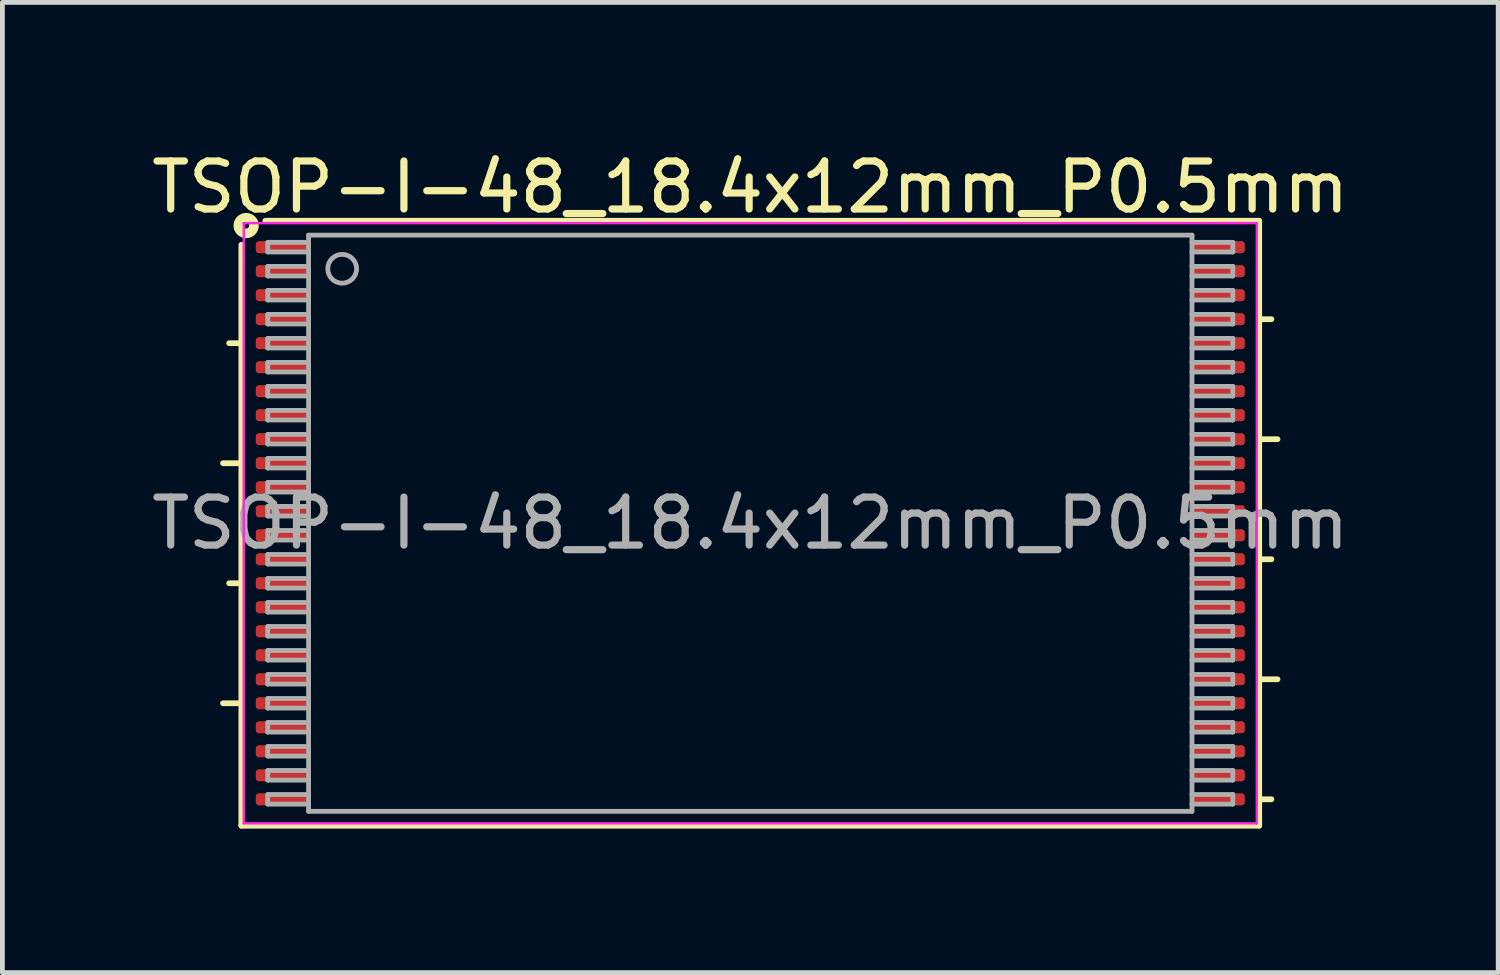
<source format=kicad_pcb>
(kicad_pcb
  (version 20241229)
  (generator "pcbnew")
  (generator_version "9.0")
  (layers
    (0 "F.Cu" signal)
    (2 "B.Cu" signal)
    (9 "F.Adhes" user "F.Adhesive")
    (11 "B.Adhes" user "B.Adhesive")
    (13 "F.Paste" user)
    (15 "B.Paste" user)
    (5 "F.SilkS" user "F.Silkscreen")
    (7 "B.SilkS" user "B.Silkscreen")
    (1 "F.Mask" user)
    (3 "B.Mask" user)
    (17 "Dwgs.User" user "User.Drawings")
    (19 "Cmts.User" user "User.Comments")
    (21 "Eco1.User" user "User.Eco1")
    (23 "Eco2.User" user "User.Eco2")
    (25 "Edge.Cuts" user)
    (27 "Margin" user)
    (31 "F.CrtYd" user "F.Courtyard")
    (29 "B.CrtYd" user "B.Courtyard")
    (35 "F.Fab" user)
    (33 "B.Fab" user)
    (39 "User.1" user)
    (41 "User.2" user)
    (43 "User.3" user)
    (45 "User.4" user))
  (footprint "TSOP-I-48_18.4x12mm_P0.5mm"
    (layer "F.Cu")
    (at 12.577 7.848)
    (property "Reference" "TSOP-I-48_18.4x12mm_P0.5mm" (at 0 -7 0) (layer "F.SilkS") (effects (font (size 1 1) (thickness 0.15))))
    (attr smd)
    (fp_line (start -10.981 -1.25) (end -10.6 -1.25) (stroke (width 0.12) (type solid)) (layer "F.SilkS"))
    (fp_line (start -10.981 3.75) (end -10.6 3.75) (stroke (width 0.12) (type solid)) (layer "F.SilkS"))
    (fp_line (start -10.854 1.25) (end -10.6 1.25) (stroke (width 0.12) (type solid)) (layer "F.SilkS"))
    (fp_line (start -10.6 -5.8) (end -10.6 6.3) (stroke (width 0.12) (type solid)) (layer "F.SilkS"))
    (fp_line (start -10.6 -3.75) (end -10.854 -3.75) (stroke (width 0.12) (type solid)) (layer "F.SilkS"))
    (fp_line (start -10.6 6.3) (end 10.6 6.3) (stroke (width 0.12) (type solid)) (layer "F.SilkS"))
    (fp_line (start 10.6 -6.3) (end -10.1 -6.3) (stroke (width 0.12) (type solid)) (layer "F.SilkS"))
    (fp_line (start 10.6 -4.25) (end 10.854 -4.25) (stroke (width 0.12) (type solid)) (layer "F.SilkS"))
    (fp_line (start 10.6 -1.75) (end 10.981 -1.75) (stroke (width 0.12) (type solid)) (layer "F.SilkS"))
    (fp_line (start 10.6 0.75) (end 10.854 0.75) (stroke (width 0.12) (type solid)) (layer "F.SilkS"))
    (fp_line (start 10.6 3.25) (end 10.981 3.25) (stroke (width 0.12) (type solid)) (layer "F.SilkS"))
    (fp_line (start 10.6 5.75) (end 10.854 5.75) (stroke (width 0.12) (type solid)) (layer "F.SilkS"))
    (fp_line (start 10.6 6.3) (end 10.6 -6.3) (stroke (width 0.12) (type solid)) (layer "F.SilkS"))
    (fp_circle (center -10.5 -6.2) (end -10.437 -6.2) (stroke (width 0.2) (type solid)) (fill no) (layer "F.SilkS"))
    (fp_line (start -10.55 -6.25) (end 10.55 -6.25) (stroke (width 0.05) (type solid)) (layer "F.CrtYd"))
    (fp_line (start -10.55 6.25) (end -10.55 -6.25) (stroke (width 0.05) (type solid)) (layer "F.CrtYd"))
    (fp_line (start 10.55 -6.25) (end 10.55 6.25) (stroke (width 0.05) (type solid)) (layer "F.CrtYd"))
    (fp_line (start 10.55 6.25) (end -10.55 6.25) (stroke (width 0.05) (type solid)) (layer "F.CrtYd"))
    (fp_line (start -10.05 -5.85) (end -10.05 -5.65) (stroke (width 0.1) (type solid)) (layer "F.Fab"))
    (fp_line (start -10.05 -5.85) (end -9.2 -5.85) (stroke (width 0.1) (type solid)) (layer "F.Fab"))
    (fp_line (start -10.05 -5.65) (end -9.2 -5.65) (stroke (width 0.1) (type solid)) (layer "F.Fab"))
    (fp_line (start -10.05 -5.35) (end -10.05 -5.15) (stroke (width 0.1) (type solid)) (layer "F.Fab"))
    (fp_line (start -10.05 -5.35) (end -9.2 -5.35) (stroke (width 0.1) (type solid)) (layer "F.Fab"))
    (fp_line (start -10.05 -5.15) (end -9.2 -5.15) (stroke (width 0.1) (type solid)) (layer "F.Fab"))
    (fp_line (start -10.05 -4.85) (end -10.05 -4.65) (stroke (width 0.1) (type solid)) (layer "F.Fab"))
    (fp_line (start -10.05 -4.85) (end -9.2 -4.85) (stroke (width 0.1) (type solid)) (layer "F.Fab"))
    (fp_line (start -10.05 -4.65) (end -9.2 -4.65) (stroke (width 0.1) (type solid)) (layer "F.Fab"))
    (fp_line (start -10.05 -4.35) (end -10.05 -4.15) (stroke (width 0.1) (type solid)) (layer "F.Fab"))
    (fp_line (start -10.05 -4.35) (end -9.2 -4.35) (stroke (width 0.1) (type solid)) (layer "F.Fab"))
    (fp_line (start -10.05 -4.15) (end -9.2 -4.15) (stroke (width 0.1) (type solid)) (layer "F.Fab"))
    (fp_line (start -10.05 -3.85) (end -10.05 -3.65) (stroke (width 0.1) (type solid)) (layer "F.Fab"))
    (fp_line (start -10.05 -3.85) (end -9.2 -3.85) (stroke (width 0.1) (type solid)) (layer "F.Fab"))
    (fp_line (start -10.05 -3.65) (end -9.2 -3.65) (stroke (width 0.1) (type solid)) (layer "F.Fab"))
    (fp_line (start -10.05 -3.35) (end -10.05 -3.15) (stroke (width 0.1) (type solid)) (layer "F.Fab"))
    (fp_line (start -10.05 -3.35) (end -9.2 -3.35) (stroke (width 0.1) (type solid)) (layer "F.Fab"))
    (fp_line (start -10.05 -3.15) (end -9.2 -3.15) (stroke (width 0.1) (type solid)) (layer "F.Fab"))
    (fp_line (start -10.05 -2.85) (end -10.05 -2.65) (stroke (width 0.1) (type solid)) (layer "F.Fab"))
    (fp_line (start -10.05 -2.85) (end -9.2 -2.85) (stroke (width 0.1) (type solid)) (layer "F.Fab"))
    (fp_line (start -10.05 -2.65) (end -9.2 -2.65) (stroke (width 0.1) (type solid)) (layer "F.Fab"))
    (fp_line (start -10.05 -2.35) (end -10.05 -2.15) (stroke (width 0.1) (type solid)) (layer "F.Fab"))
    (fp_line (start -10.05 -2.35) (end -9.2 -2.35) (stroke (width 0.1) (type solid)) (layer "F.Fab"))
    (fp_line (start -10.05 -2.15) (end -9.2 -2.15) (stroke (width 0.1) (type solid)) (layer "F.Fab"))
    (fp_line (start -10.05 -1.85) (end -10.05 -1.65) (stroke (width 0.1) (type solid)) (layer "F.Fab"))
    (fp_line (start -10.05 -1.85) (end -9.2 -1.85) (stroke (width 0.1) (type solid)) (layer "F.Fab"))
    (fp_line (start -10.05 -1.65) (end -9.2 -1.65) (stroke (width 0.1) (type solid)) (layer "F.Fab"))
    (fp_line (start -10.05 -1.35) (end -10.05 -1.15) (stroke (width 0.1) (type solid)) (layer "F.Fab"))
    (fp_line (start -10.05 -1.35) (end -9.2 -1.35) (stroke (width 0.1) (type solid)) (layer "F.Fab"))
    (fp_line (start -10.05 -1.15) (end -9.2 -1.15) (stroke (width 0.1) (type solid)) (layer "F.Fab"))
    (fp_line (start -10.05 -0.85) (end -10.05 -0.65) (stroke (width 0.1) (type solid)) (layer "F.Fab"))
    (fp_line (start -10.05 -0.85) (end -9.2 -0.85) (stroke (width 0.1) (type solid)) (layer "F.Fab"))
    (fp_line (start -10.05 -0.65) (end -9.2 -0.65) (stroke (width 0.1) (type solid)) (layer "F.Fab"))
    (fp_line (start -10.05 -0.35) (end -10.05 -0.15) (stroke (width 0.1) (type solid)) (layer "F.Fab"))
    (fp_line (start -10.05 -0.35) (end -9.2 -0.35) (stroke (width 0.1) (type solid)) (layer "F.Fab"))
    (fp_line (start -10.05 -0.15) (end -9.2 -0.15) (stroke (width 0.1) (type solid)) (layer "F.Fab"))
    (fp_line (start -10.05 0.15) (end -10.05 0.35) (stroke (width 0.1) (type solid)) (layer "F.Fab"))
    (fp_line (start -10.05 0.15) (end -9.2 0.15) (stroke (width 0.1) (type solid)) (layer "F.Fab"))
    (fp_line (start -10.05 0.35) (end -9.2 0.35) (stroke (width 0.1) (type solid)) (layer "F.Fab"))
    (fp_line (start -10.05 0.65) (end -10.05 0.85) (stroke (width 0.1) (type solid)) (layer "F.Fab"))
    (fp_line (start -10.05 0.65) (end -9.2 0.65) (stroke (width 0.1) (type solid)) (layer "F.Fab"))
    (fp_line (start -10.05 0.85) (end -9.2 0.85) (stroke (width 0.1) (type solid)) (layer "F.Fab"))
    (fp_line (start -10.05 1.15) (end -10.05 1.35) (stroke (width 0.1) (type solid)) (layer "F.Fab"))
    (fp_line (start -10.05 1.15) (end -9.2 1.15) (stroke (width 0.1) (type solid)) (layer "F.Fab"))
    (fp_line (start -10.05 1.35) (end -9.2 1.35) (stroke (width 0.1) (type solid)) (layer "F.Fab"))
    (fp_line (start -10.05 1.65) (end -10.05 1.85) (stroke (width 0.1) (type solid)) (layer "F.Fab"))
    (fp_line (start -10.05 1.65) (end -9.2 1.65) (stroke (width 0.1) (type solid)) (layer "F.Fab"))
    (fp_line (start -10.05 1.85) (end -9.2 1.85) (stroke (width 0.1) (type solid)) (layer "F.Fab"))
    (fp_line (start -10.05 2.15) (end -10.05 2.35) (stroke (width 0.1) (type solid)) (layer "F.Fab"))
    (fp_line (start -10.05 2.15) (end -9.2 2.15) (stroke (width 0.1) (type solid)) (layer "F.Fab"))
    (fp_line (start -10.05 2.35) (end -9.2 2.35) (stroke (width 0.1) (type solid)) (layer "F.Fab"))
    (fp_line (start -10.05 2.65) (end -10.05 2.85) (stroke (width 0.1) (type solid)) (layer "F.Fab"))
    (fp_line (start -10.05 2.65) (end -9.2 2.65) (stroke (width 0.1) (type solid)) (layer "F.Fab"))
    (fp_line (start -10.05 2.85) (end -9.2 2.85) (stroke (width 0.1) (type solid)) (layer "F.Fab"))
    (fp_line (start -10.05 3.15) (end -10.05 3.35) (stroke (width 0.1) (type solid)) (layer "F.Fab"))
    (fp_line (start -10.05 3.15) (end -9.2 3.15) (stroke (width 0.1) (type solid)) (layer "F.Fab"))
    (fp_line (start -10.05 3.35) (end -9.2 3.35) (stroke (width 0.1) (type solid)) (layer "F.Fab"))
    (fp_line (start -10.05 3.65) (end -10.05 3.85) (stroke (width 0.1) (type solid)) (layer "F.Fab"))
    (fp_line (start -10.05 3.65) (end -9.2 3.65) (stroke (width 0.1) (type solid)) (layer "F.Fab"))
    (fp_line (start -10.05 3.85) (end -9.2 3.85) (stroke (width 0.1) (type solid)) (layer "F.Fab"))
    (fp_line (start -10.05 4.15) (end -10.05 4.35) (stroke (width 0.1) (type solid)) (layer "F.Fab"))
    (fp_line (start -10.05 4.15) (end -9.2 4.15) (stroke (width 0.1) (type solid)) (layer "F.Fab"))
    (fp_line (start -10.05 4.35) (end -9.2 4.35) (stroke (width 0.1) (type solid)) (layer "F.Fab"))
    (fp_line (start -10.05 4.65) (end -10.05 4.85) (stroke (width 0.1) (type solid)) (layer "F.Fab"))
    (fp_line (start -10.05 4.65) (end -9.2 4.65) (stroke (width 0.1) (type solid)) (layer "F.Fab"))
    (fp_line (start -10.05 4.85) (end -9.2 4.85) (stroke (width 0.1) (type solid)) (layer "F.Fab"))
    (fp_line (start -10.05 5.15) (end -10.05 5.35) (stroke (width 0.1) (type solid)) (layer "F.Fab"))
    (fp_line (start -10.05 5.15) (end -9.2 5.15) (stroke (width 0.1) (type solid)) (layer "F.Fab"))
    (fp_line (start -10.05 5.35) (end -9.2 5.35) (stroke (width 0.1) (type solid)) (layer "F.Fab"))
    (fp_line (start -10.05 5.65) (end -10.05 5.85) (stroke (width 0.1) (type solid)) (layer "F.Fab"))
    (fp_line (start -10.05 5.65) (end -9.2 5.65) (stroke (width 0.1) (type solid)) (layer "F.Fab"))
    (fp_line (start -10.05 5.85) (end -9.2 5.85) (stroke (width 0.1) (type solid)) (layer "F.Fab"))
    (fp_line (start -9.2 -6) (end 9.2 -6) (stroke (width 0.1) (type solid)) (layer "F.Fab"))
    (fp_line (start -9.2 6) (end -9.2 -6) (stroke (width 0.1) (type solid)) (layer "F.Fab"))
    (fp_line (start 9.2 -6) (end 9.2 6) (stroke (width 0.1) (type solid)) (layer "F.Fab"))
    (fp_line (start 9.2 6) (end -9.2 6) (stroke (width 0.1) (type solid)) (layer "F.Fab"))
    (fp_line (start 10.05 -5.85) (end 9.2 -5.85) (stroke (width 0.1) (type solid)) (layer "F.Fab"))
    (fp_line (start 10.05 -5.65) (end 9.2 -5.65) (stroke (width 0.1) (type solid)) (layer "F.Fab"))
    (fp_line (start 10.05 -5.65) (end 10.05 -5.85) (stroke (width 0.1) (type solid)) (layer "F.Fab"))
    (fp_line (start 10.05 -5.35) (end 9.2 -5.35) (stroke (width 0.1) (type solid)) (layer "F.Fab"))
    (fp_line (start 10.05 -5.15) (end 9.2 -5.15) (stroke (width 0.1) (type solid)) (layer "F.Fab"))
    (fp_line (start 10.05 -5.15) (end 10.05 -5.35) (stroke (width 0.1) (type solid)) (layer "F.Fab"))
    (fp_line (start 10.05 -4.85) (end 9.2 -4.85) (stroke (width 0.1) (type solid)) (layer "F.Fab"))
    (fp_line (start 10.05 -4.65) (end 9.2 -4.65) (stroke (width 0.1) (type solid)) (layer "F.Fab"))
    (fp_line (start 10.05 -4.65) (end 10.05 -4.85) (stroke (width 0.1) (type solid)) (layer "F.Fab"))
    (fp_line (start 10.05 -4.35) (end 9.2 -4.35) (stroke (width 0.1) (type solid)) (layer "F.Fab"))
    (fp_line (start 10.05 -4.15) (end 9.2 -4.15) (stroke (width 0.1) (type solid)) (layer "F.Fab"))
    (fp_line (start 10.05 -4.15) (end 10.05 -4.35) (stroke (width 0.1) (type solid)) (layer "F.Fab"))
    (fp_line (start 10.05 -3.85) (end 9.2 -3.85) (stroke (width 0.1) (type solid)) (layer "F.Fab"))
    (fp_line (start 10.05 -3.65) (end 9.2 -3.65) (stroke (width 0.1) (type solid)) (layer "F.Fab"))
    (fp_line (start 10.05 -3.65) (end 10.05 -3.85) (stroke (width 0.1) (type solid)) (layer "F.Fab"))
    (fp_line (start 10.05 -3.35) (end 9.2 -3.35) (stroke (width 0.1) (type solid)) (layer "F.Fab"))
    (fp_line (start 10.05 -3.15) (end 9.2 -3.15) (stroke (width 0.1) (type solid)) (layer "F.Fab"))
    (fp_line (start 10.05 -3.15) (end 10.05 -3.35) (stroke (width 0.1) (type solid)) (layer "F.Fab"))
    (fp_line (start 10.05 -2.85) (end 9.2 -2.85) (stroke (width 0.1) (type solid)) (layer "F.Fab"))
    (fp_line (start 10.05 -2.65) (end 9.2 -2.65) (stroke (width 0.1) (type solid)) (layer "F.Fab"))
    (fp_line (start 10.05 -2.65) (end 10.05 -2.85) (stroke (width 0.1) (type solid)) (layer "F.Fab"))
    (fp_line (start 10.05 -2.35) (end 9.2 -2.35) (stroke (width 0.1) (type solid)) (layer "F.Fab"))
    (fp_line (start 10.05 -2.15) (end 9.2 -2.15) (stroke (width 0.1) (type solid)) (layer "F.Fab"))
    (fp_line (start 10.05 -2.15) (end 10.05 -2.35) (stroke (width 0.1) (type solid)) (layer "F.Fab"))
    (fp_line (start 10.05 -1.85) (end 9.2 -1.85) (stroke (width 0.1) (type solid)) (layer "F.Fab"))
    (fp_line (start 10.05 -1.65) (end 9.2 -1.65) (stroke (width 0.1) (type solid)) (layer "F.Fab"))
    (fp_line (start 10.05 -1.65) (end 10.05 -1.85) (stroke (width 0.1) (type solid)) (layer "F.Fab"))
    (fp_line (start 10.05 -1.35) (end 9.2 -1.35) (stroke (width 0.1) (type solid)) (layer "F.Fab"))
    (fp_line (start 10.05 -1.15) (end 9.2 -1.15) (stroke (width 0.1) (type solid)) (layer "F.Fab"))
    (fp_line (start 10.05 -1.15) (end 10.05 -1.35) (stroke (width 0.1) (type solid)) (layer "F.Fab"))
    (fp_line (start 10.05 -0.85) (end 9.2 -0.85) (stroke (width 0.1) (type solid)) (layer "F.Fab"))
    (fp_line (start 10.05 -0.65) (end 9.2 -0.65) (stroke (width 0.1) (type solid)) (layer "F.Fab"))
    (fp_line (start 10.05 -0.65) (end 10.05 -0.85) (stroke (width 0.1) (type solid)) (layer "F.Fab"))
    (fp_line (start 10.05 -0.35) (end 9.2 -0.35) (stroke (width 0.1) (type solid)) (layer "F.Fab"))
    (fp_line (start 10.05 -0.15) (end 9.2 -0.15) (stroke (width 0.1) (type solid)) (layer "F.Fab"))
    (fp_line (start 10.05 -0.15) (end 10.05 -0.35) (stroke (width 0.1) (type solid)) (layer "F.Fab"))
    (fp_line (start 10.05 0.15) (end 9.2 0.15) (stroke (width 0.1) (type solid)) (layer "F.Fab"))
    (fp_line (start 10.05 0.35) (end 9.2 0.35) (stroke (width 0.1) (type solid)) (layer "F.Fab"))
    (fp_line (start 10.05 0.35) (end 10.05 0.15) (stroke (width 0.1) (type solid)) (layer "F.Fab"))
    (fp_line (start 10.05 0.65) (end 9.2 0.65) (stroke (width 0.1) (type solid)) (layer "F.Fab"))
    (fp_line (start 10.05 0.85) (end 9.2 0.85) (stroke (width 0.1) (type solid)) (layer "F.Fab"))
    (fp_line (start 10.05 0.85) (end 10.05 0.65) (stroke (width 0.1) (type solid)) (layer "F.Fab"))
    (fp_line (start 10.05 1.15) (end 9.2 1.15) (stroke (width 0.1) (type solid)) (layer "F.Fab"))
    (fp_line (start 10.05 1.35) (end 9.2 1.35) (stroke (width 0.1) (type solid)) (layer "F.Fab"))
    (fp_line (start 10.05 1.35) (end 10.05 1.15) (stroke (width 0.1) (type solid)) (layer "F.Fab"))
    (fp_line (start 10.05 1.65) (end 9.2 1.65) (stroke (width 0.1) (type solid)) (layer "F.Fab"))
    (fp_line (start 10.05 1.85) (end 9.2 1.85) (stroke (width 0.1) (type solid)) (layer "F.Fab"))
    (fp_line (start 10.05 1.85) (end 10.05 1.65) (stroke (width 0.1) (type solid)) (layer "F.Fab"))
    (fp_line (start 10.05 2.15) (end 9.2 2.15) (stroke (width 0.1) (type solid)) (layer "F.Fab"))
    (fp_line (start 10.05 2.35) (end 9.2 2.35) (stroke (width 0.1) (type solid)) (layer "F.Fab"))
    (fp_line (start 10.05 2.35) (end 10.05 2.15) (stroke (width 0.1) (type solid)) (layer "F.Fab"))
    (fp_line (start 10.05 2.65) (end 9.2 2.65) (stroke (width 0.1) (type solid)) (layer "F.Fab"))
    (fp_line (start 10.05 2.85) (end 9.2 2.85) (stroke (width 0.1) (type solid)) (layer "F.Fab"))
    (fp_line (start 10.05 2.85) (end 10.05 2.65) (stroke (width 0.1) (type solid)) (layer "F.Fab"))
    (fp_line (start 10.05 3.15) (end 9.2 3.15) (stroke (width 0.1) (type solid)) (layer "F.Fab"))
    (fp_line (start 10.05 3.35) (end 9.2 3.35) (stroke (width 0.1) (type solid)) (layer "F.Fab"))
    (fp_line (start 10.05 3.35) (end 10.05 3.15) (stroke (width 0.1) (type solid)) (layer "F.Fab"))
    (fp_line (start 10.05 3.65) (end 9.2 3.65) (stroke (width 0.1) (type solid)) (layer "F.Fab"))
    (fp_line (start 10.05 3.85) (end 9.2 3.85) (stroke (width 0.1) (type solid)) (layer "F.Fab"))
    (fp_line (start 10.05 3.85) (end 10.05 3.65) (stroke (width 0.1) (type solid)) (layer "F.Fab"))
    (fp_line (start 10.05 4.15) (end 9.2 4.15) (stroke (width 0.1) (type solid)) (layer "F.Fab"))
    (fp_line (start 10.05 4.35) (end 9.2 4.35) (stroke (width 0.1) (type solid)) (layer "F.Fab"))
    (fp_line (start 10.05 4.35) (end 10.05 4.15) (stroke (width 0.1) (type solid)) (layer "F.Fab"))
    (fp_line (start 10.05 4.65) (end 9.2 4.65) (stroke (width 0.1) (type solid)) (layer "F.Fab"))
    (fp_line (start 10.05 4.85) (end 9.2 4.85) (stroke (width 0.1) (type solid)) (layer "F.Fab"))
    (fp_line (start 10.05 4.85) (end 10.05 4.65) (stroke (width 0.1) (type solid)) (layer "F.Fab"))
    (fp_line (start 10.05 5.15) (end 9.2 5.15) (stroke (width 0.1) (type solid)) (layer "F.Fab"))
    (fp_line (start 10.05 5.35) (end 9.2 5.35) (stroke (width 0.1) (type solid)) (layer "F.Fab"))
    (fp_line (start 10.05 5.35) (end 10.05 5.15) (stroke (width 0.1) (type solid)) (layer "F.Fab"))
    (fp_line (start 10.05 5.65) (end 9.2 5.65) (stroke (width 0.1) (type solid)) (layer "F.Fab"))
    (fp_line (start 10.05 5.85) (end 9.2 5.85) (stroke (width 0.1) (type solid)) (layer "F.Fab"))
    (fp_line (start 10.05 5.85) (end 10.05 5.65) (stroke (width 0.1) (type solid)) (layer "F.Fab"))
    (fp_circle (center -8.5 -5.3) (end -8.2 -5.3) (stroke (width 0.1) (type solid)) (fill no) (layer "F.Fab"))
    (fp_text user "${REFERENCE}" (at 0 0 0) (layer "F.Fab") (effects (font (size 1 1) (thickness 0.15))))
    (pad "1" smd roundrect (at -9.75 -5.75) (size 1.1 0.25) (layers "F.Cu" "F.Mask" "F.Paste") (roundrect_rratio 0.25))
    (pad "2" smd roundrect (at -9.75 -5.25) (size 1.1 0.25) (layers "F.Cu" "F.Mask" "F.Paste") (roundrect_rratio 0.25))
    (pad "3" smd roundrect (at -9.75 -4.75) (size 1.1 0.25) (layers "F.Cu" "F.Mask" "F.Paste") (roundrect_rratio 0.25))
    (pad "4" smd roundrect (at -9.75 -4.25) (size 1.1 0.25) (layers "F.Cu" "F.Mask" "F.Paste") (roundrect_rratio 0.25))
    (pad "5" smd roundrect (at -9.75 -3.75) (size 1.1 0.25) (layers "F.Cu" "F.Mask" "F.Paste") (roundrect_rratio 0.25))
    (pad "6" smd roundrect (at -9.75 -3.25) (size 1.1 0.25) (layers "F.Cu" "F.Mask" "F.Paste") (roundrect_rratio 0.25))
    (pad "7" smd roundrect (at -9.75 -2.75) (size 1.1 0.25) (layers "F.Cu" "F.Mask" "F.Paste") (roundrect_rratio 0.25))
    (pad "8" smd roundrect (at -9.75 -2.25) (size 1.1 0.25) (layers "F.Cu" "F.Mask" "F.Paste") (roundrect_rratio 0.25))
    (pad "9" smd roundrect (at -9.75 -1.75) (size 1.1 0.25) (layers "F.Cu" "F.Mask" "F.Paste") (roundrect_rratio 0.25))
    (pad "10" smd roundrect (at -9.75 -1.25) (size 1.1 0.25) (layers "F.Cu" "F.Mask" "F.Paste") (roundrect_rratio 0.25))
    (pad "11" smd roundrect (at -9.75 -0.75) (size 1.1 0.25) (layers "F.Cu" "F.Mask" "F.Paste") (roundrect_rratio 0.25))
    (pad "12" smd roundrect (at -9.75 -0.25) (size 1.1 0.25) (layers "F.Cu" "F.Mask" "F.Paste") (roundrect_rratio 0.25))
    (pad "13" smd roundrect (at -9.75 0.25) (size 1.1 0.25) (layers "F.Cu" "F.Mask" "F.Paste") (roundrect_rratio 0.25))
    (pad "14" smd roundrect (at -9.75 0.75) (size 1.1 0.25) (layers "F.Cu" "F.Mask" "F.Paste") (roundrect_rratio 0.25))
    (pad "15" smd roundrect (at -9.75 1.25) (size 1.1 0.25) (layers "F.Cu" "F.Mask" "F.Paste") (roundrect_rratio 0.25))
    (pad "16" smd roundrect (at -9.75 1.75) (size 1.1 0.25) (layers "F.Cu" "F.Mask" "F.Paste") (roundrect_rratio 0.25))
    (pad "17" smd roundrect (at -9.75 2.25) (size 1.1 0.25) (layers "F.Cu" "F.Mask" "F.Paste") (roundrect_rratio 0.25))
    (pad "18" smd roundrect (at -9.75 2.75) (size 1.1 0.25) (layers "F.Cu" "F.Mask" "F.Paste") (roundrect_rratio 0.25))
    (pad "19" smd roundrect (at -9.75 3.25) (size 1.1 0.25) (layers "F.Cu" "F.Mask" "F.Paste") (roundrect_rratio 0.25))
    (pad "20" smd roundrect (at -9.75 3.75) (size 1.1 0.25) (layers "F.Cu" "F.Mask" "F.Paste") (roundrect_rratio 0.25))
    (pad "21" smd roundrect (at -9.75 4.25) (size 1.1 0.25) (layers "F.Cu" "F.Mask" "F.Paste") (roundrect_rratio 0.25))
    (pad "22" smd roundrect (at -9.75 4.75) (size 1.1 0.25) (layers "F.Cu" "F.Mask" "F.Paste") (roundrect_rratio 0.25))
    (pad "23" smd roundrect (at -9.75 5.25) (size 1.1 0.25) (layers "F.Cu" "F.Mask" "F.Paste") (roundrect_rratio 0.25))
    (pad "24" smd roundrect (at -9.75 5.75) (size 1.1 0.25) (layers "F.Cu" "F.Mask" "F.Paste") (roundrect_rratio 0.25))
    (pad "25" smd roundrect (at 9.75 5.75) (size 1.1 0.25) (layers "F.Cu" "F.Mask" "F.Paste") (roundrect_rratio 0.25))
    (pad "26" smd roundrect (at 9.75 5.25) (size 1.1 0.25) (layers "F.Cu" "F.Mask" "F.Paste") (roundrect_rratio 0.25))
    (pad "27" smd roundrect (at 9.75 4.75) (size 1.1 0.25) (layers "F.Cu" "F.Mask" "F.Paste") (roundrect_rratio 0.25))
    (pad "28" smd roundrect (at 9.75 4.25) (size 1.1 0.25) (layers "F.Cu" "F.Mask" "F.Paste") (roundrect_rratio 0.25))
    (pad "29" smd roundrect (at 9.75 3.75) (size 1.1 0.25) (layers "F.Cu" "F.Mask" "F.Paste") (roundrect_rratio 0.25))
    (pad "30" smd roundrect (at 9.75 3.25) (size 1.1 0.25) (layers "F.Cu" "F.Mask" "F.Paste") (roundrect_rratio 0.25))
    (pad "31" smd roundrect (at 9.75 2.75) (size 1.1 0.25) (layers "F.Cu" "F.Mask" "F.Paste") (roundrect_rratio 0.25))
    (pad "32" smd roundrect (at 9.75 2.25) (size 1.1 0.25) (layers "F.Cu" "F.Mask" "F.Paste") (roundrect_rratio 0.25))
    (pad "33" smd roundrect (at 9.75 1.75) (size 1.1 0.25) (layers "F.Cu" "F.Mask" "F.Paste") (roundrect_rratio 0.25))
    (pad "34" smd roundrect (at 9.75 1.25) (size 1.1 0.25) (layers "F.Cu" "F.Mask" "F.Paste") (roundrect_rratio 0.25))
    (pad "35" smd roundrect (at 9.75 0.75) (size 1.1 0.25) (layers "F.Cu" "F.Mask" "F.Paste") (roundrect_rratio 0.25))
    (pad "36" smd roundrect (at 9.75 0.25) (size 1.1 0.25) (layers "F.Cu" "F.Mask" "F.Paste") (roundrect_rratio 0.25))
    (pad "37" smd roundrect (at 9.75 -0.25) (size 1.1 0.25) (layers "F.Cu" "F.Mask" "F.Paste") (roundrect_rratio 0.25))
    (pad "38" smd roundrect (at 9.75 -0.75) (size 1.1 0.25) (layers "F.Cu" "F.Mask" "F.Paste") (roundrect_rratio 0.25))
    (pad "39" smd roundrect (at 9.75 -1.25) (size 1.1 0.25) (layers "F.Cu" "F.Mask" "F.Paste") (roundrect_rratio 0.25))
    (pad "40" smd roundrect (at 9.75 -1.75) (size 1.1 0.25) (layers "F.Cu" "F.Mask" "F.Paste") (roundrect_rratio 0.25))
    (pad "41" smd roundrect (at 9.75 -2.25) (size 1.1 0.25) (layers "F.Cu" "F.Mask" "F.Paste") (roundrect_rratio 0.25))
    (pad "42" smd roundrect (at 9.75 -2.75) (size 1.1 0.25) (layers "F.Cu" "F.Mask" "F.Paste") (roundrect_rratio 0.25))
    (pad "43" smd roundrect (at 9.75 -3.25) (size 1.1 0.25) (layers "F.Cu" "F.Mask" "F.Paste") (roundrect_rratio 0.25))
    (pad "44" smd roundrect (at 9.75 -3.75) (size 1.1 0.25) (layers "F.Cu" "F.Mask" "F.Paste") (roundrect_rratio 0.25))
    (pad "45" smd roundrect (at 9.75 -4.25) (size 1.1 0.25) (layers "F.Cu" "F.Mask" "F.Paste") (roundrect_rratio 0.25))
    (pad "46" smd roundrect (at 9.75 -4.75) (size 1.1 0.25) (layers "F.Cu" "F.Mask" "F.Paste") (roundrect_rratio 0.25))
    (pad "47" smd roundrect (at 9.75 -5.25) (size 1.1 0.25) (layers "F.Cu" "F.Mask" "F.Paste") (roundrect_rratio 0.25))
    (pad "48" smd roundrect (at 9.75 -5.75) (size 1.1 0.25) (layers "F.Cu" "F.Mask" "F.Paste") (roundrect_rratio 0.25)))
  (gr_rect
    (start -3 -3)
    (end 28.155 17.208)
    (stroke (width 0.1) (type default))
    (fill no)
    (layer "Edge.Cuts")))
</source>
